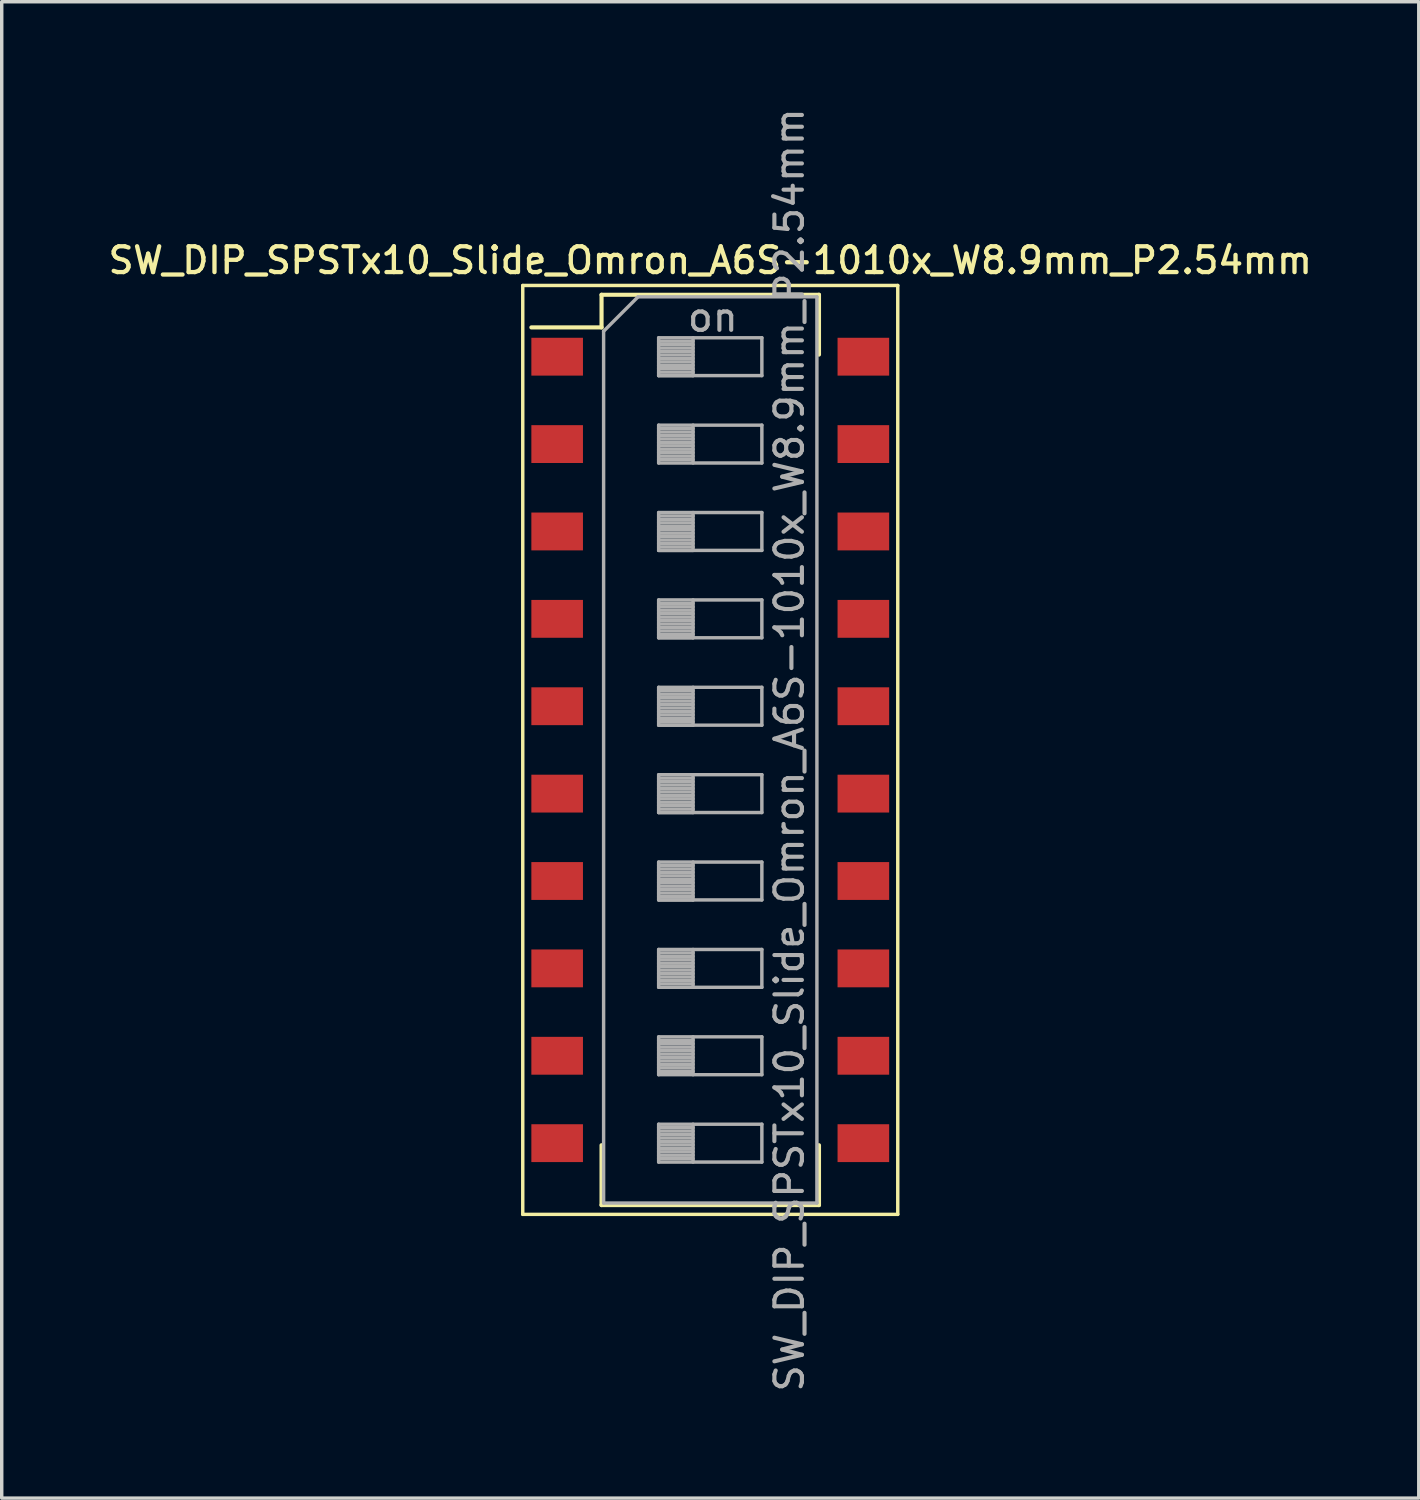
<source format=kicad_pcb>
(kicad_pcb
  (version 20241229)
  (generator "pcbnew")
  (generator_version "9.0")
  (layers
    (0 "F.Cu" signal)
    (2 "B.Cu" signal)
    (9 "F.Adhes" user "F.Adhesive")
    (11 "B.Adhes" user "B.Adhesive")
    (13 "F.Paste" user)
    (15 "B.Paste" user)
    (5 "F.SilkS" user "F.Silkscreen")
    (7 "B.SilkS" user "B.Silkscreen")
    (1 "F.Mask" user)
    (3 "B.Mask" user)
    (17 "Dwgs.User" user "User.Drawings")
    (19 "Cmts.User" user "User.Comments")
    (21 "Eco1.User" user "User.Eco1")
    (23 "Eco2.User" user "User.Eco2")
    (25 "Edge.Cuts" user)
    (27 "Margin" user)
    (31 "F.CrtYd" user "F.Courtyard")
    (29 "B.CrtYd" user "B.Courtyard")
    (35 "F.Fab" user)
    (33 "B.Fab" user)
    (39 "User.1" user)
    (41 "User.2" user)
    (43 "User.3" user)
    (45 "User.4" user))
  (footprint "SW_DIP_SPSTx10_Slide_Omron_A6S-1010x_W8.9mm_P2.54mm"
    (layer "F.Cu")
    (at 17.595 18.748)
    (property "Reference" "SW_DIP_SPSTx10_Slide_Omron_A6S-1010x_W8.9mm_P2.54mm" (at 0 -14.23 0) (layer "F.SilkS") (effects (font (size 0.75 0.75) (thickness 0.125))))
    (attr smd)
    (fp_line (start -5.45 -13.5) (end -5.45 13.5) (stroke (width 0.1) (type solid)) (layer "F.SilkS"))
    (fp_line (start -5.45 13.5) (end 5.45 13.5) (stroke (width 0.1) (type solid)) (layer "F.SilkS"))
    (fp_line (start -5.2 -12.281) (end -3.16 -12.281) (stroke (width 0.12) (type solid)) (layer "F.SilkS"))
    (fp_line (start -3.16 -13.23) (end -3.16 -12.281) (stroke (width 0.12) (type solid)) (layer "F.SilkS"))
    (fp_line (start -3.16 -13.23) (end 3.16 -13.23) (stroke (width 0.12) (type solid)) (layer "F.SilkS"))
    (fp_line (start -3.16 11.49) (end -3.16 13.23) (stroke (width 0.12) (type solid)) (layer "F.SilkS"))
    (fp_line (start -3.16 13.23) (end 3.16 13.23) (stroke (width 0.12) (type solid)) (layer "F.SilkS"))
    (fp_line (start 3.16 -13.23) (end 3.16 -11.491) (stroke (width 0.12) (type solid)) (layer "F.SilkS"))
    (fp_line (start 3.16 11.49) (end 3.16 13.23) (stroke (width 0.12) (type solid)) (layer "F.SilkS"))
    (fp_line (start 5.45 -13.5) (end -5.45 -13.5) (stroke (width 0.1) (type solid)) (layer "F.SilkS"))
    (fp_line (start 5.45 13.5) (end 5.45 -13.5) (stroke (width 0.1) (type solid)) (layer "F.SilkS"))
    (fp_line (start -3.1 -12.17) (end -2.1 -13.17) (stroke (width 0.1) (type solid)) (layer "F.Fab"))
    (fp_line (start -3.1 13.17) (end -3.1 -12.17) (stroke (width 0.1) (type solid)) (layer "F.Fab"))
    (fp_line (start -2.1 -13.17) (end 3.1 -13.17) (stroke (width 0.1) (type solid)) (layer "F.Fab"))
    (fp_line (start -1.5 -11.98) (end -1.5 -10.88) (stroke (width 0.1) (type solid)) (layer "F.Fab"))
    (fp_line (start -1.5 -11.88) (end -0.5 -11.88) (stroke (width 0.1) (type solid)) (layer "F.Fab"))
    (fp_line (start -1.5 -11.78) (end -0.5 -11.78) (stroke (width 0.1) (type solid)) (layer "F.Fab"))
    (fp_line (start -1.5 -11.68) (end -0.5 -11.68) (stroke (width 0.1) (type solid)) (layer "F.Fab"))
    (fp_line (start -1.5 -11.58) (end -0.5 -11.58) (stroke (width 0.1) (type solid)) (layer "F.Fab"))
    (fp_line (start -1.5 -11.48) (end -0.5 -11.48) (stroke (width 0.1) (type solid)) (layer "F.Fab"))
    (fp_line (start -1.5 -11.38) (end -0.5 -11.38) (stroke (width 0.1) (type solid)) (layer "F.Fab"))
    (fp_line (start -1.5 -11.28) (end -0.5 -11.28) (stroke (width 0.1) (type solid)) (layer "F.Fab"))
    (fp_line (start -1.5 -11.18) (end -0.5 -11.18) (stroke (width 0.1) (type solid)) (layer "F.Fab"))
    (fp_line (start -1.5 -11.08) (end -0.5 -11.08) (stroke (width 0.1) (type solid)) (layer "F.Fab"))
    (fp_line (start -1.5 -10.98) (end -0.5 -10.98) (stroke (width 0.1) (type solid)) (layer "F.Fab"))
    (fp_line (start -1.5 -10.88) (end -0.5 -10.88) (stroke (width 0.1) (type solid)) (layer "F.Fab"))
    (fp_line (start -1.5 -10.88) (end 1.5 -10.88) (stroke (width 0.1) (type solid)) (layer "F.Fab"))
    (fp_line (start -1.5 -9.44) (end -1.5 -8.34) (stroke (width 0.1) (type solid)) (layer "F.Fab"))
    (fp_line (start -1.5 -9.34) (end -0.5 -9.34) (stroke (width 0.1) (type solid)) (layer "F.Fab"))
    (fp_line (start -1.5 -9.24) (end -0.5 -9.24) (stroke (width 0.1) (type solid)) (layer "F.Fab"))
    (fp_line (start -1.5 -9.14) (end -0.5 -9.14) (stroke (width 0.1) (type solid)) (layer "F.Fab"))
    (fp_line (start -1.5 -9.04) (end -0.5 -9.04) (stroke (width 0.1) (type solid)) (layer "F.Fab"))
    (fp_line (start -1.5 -8.94) (end -0.5 -8.94) (stroke (width 0.1) (type solid)) (layer "F.Fab"))
    (fp_line (start -1.5 -8.84) (end -0.5 -8.84) (stroke (width 0.1) (type solid)) (layer "F.Fab"))
    (fp_line (start -1.5 -8.74) (end -0.5 -8.74) (stroke (width 0.1) (type solid)) (layer "F.Fab"))
    (fp_line (start -1.5 -8.64) (end -0.5 -8.64) (stroke (width 0.1) (type solid)) (layer "F.Fab"))
    (fp_line (start -1.5 -8.54) (end -0.5 -8.54) (stroke (width 0.1) (type solid)) (layer "F.Fab"))
    (fp_line (start -1.5 -8.44) (end -0.5 -8.44) (stroke (width 0.1) (type solid)) (layer "F.Fab"))
    (fp_line (start -1.5 -8.34) (end 1.5 -8.34) (stroke (width 0.1) (type solid)) (layer "F.Fab"))
    (fp_line (start -1.5 -6.9) (end -1.5 -5.8) (stroke (width 0.1) (type solid)) (layer "F.Fab"))
    (fp_line (start -1.5 -6.8) (end -0.5 -6.8) (stroke (width 0.1) (type solid)) (layer "F.Fab"))
    (fp_line (start -1.5 -6.7) (end -0.5 -6.7) (stroke (width 0.1) (type solid)) (layer "F.Fab"))
    (fp_line (start -1.5 -6.6) (end -0.5 -6.6) (stroke (width 0.1) (type solid)) (layer "F.Fab"))
    (fp_line (start -1.5 -6.5) (end -0.5 -6.5) (stroke (width 0.1) (type solid)) (layer "F.Fab"))
    (fp_line (start -1.5 -6.4) (end -0.5 -6.4) (stroke (width 0.1) (type solid)) (layer "F.Fab"))
    (fp_line (start -1.5 -6.3) (end -0.5 -6.3) (stroke (width 0.1) (type solid)) (layer "F.Fab"))
    (fp_line (start -1.5 -6.2) (end -0.5 -6.2) (stroke (width 0.1) (type solid)) (layer "F.Fab"))
    (fp_line (start -1.5 -6.1) (end -0.5 -6.1) (stroke (width 0.1) (type solid)) (layer "F.Fab"))
    (fp_line (start -1.5 -6) (end -0.5 -6) (stroke (width 0.1) (type solid)) (layer "F.Fab"))
    (fp_line (start -1.5 -5.9) (end -0.5 -5.9) (stroke (width 0.1) (type solid)) (layer "F.Fab"))
    (fp_line (start -1.5 -5.8) (end -0.5 -5.8) (stroke (width 0.1) (type solid)) (layer "F.Fab"))
    (fp_line (start -1.5 -5.8) (end 1.5 -5.8) (stroke (width 0.1) (type solid)) (layer "F.Fab"))
    (fp_line (start -1.5 -4.36) (end -1.5 -3.26) (stroke (width 0.1) (type solid)) (layer "F.Fab"))
    (fp_line (start -1.5 -4.26) (end -0.5 -4.26) (stroke (width 0.1) (type solid)) (layer "F.Fab"))
    (fp_line (start -1.5 -4.16) (end -0.5 -4.16) (stroke (width 0.1) (type solid)) (layer "F.Fab"))
    (fp_line (start -1.5 -4.06) (end -0.5 -4.06) (stroke (width 0.1) (type solid)) (layer "F.Fab"))
    (fp_line (start -1.5 -3.96) (end -0.5 -3.96) (stroke (width 0.1) (type solid)) (layer "F.Fab"))
    (fp_line (start -1.5 -3.86) (end -0.5 -3.86) (stroke (width 0.1) (type solid)) (layer "F.Fab"))
    (fp_line (start -1.5 -3.76) (end -0.5 -3.76) (stroke (width 0.1) (type solid)) (layer "F.Fab"))
    (fp_line (start -1.5 -3.66) (end -0.5 -3.66) (stroke (width 0.1) (type solid)) (layer "F.Fab"))
    (fp_line (start -1.5 -3.56) (end -0.5 -3.56) (stroke (width 0.1) (type solid)) (layer "F.Fab"))
    (fp_line (start -1.5 -3.46) (end -0.5 -3.46) (stroke (width 0.1) (type solid)) (layer "F.Fab"))
    (fp_line (start -1.5 -3.36) (end -0.5 -3.36) (stroke (width 0.1) (type solid)) (layer "F.Fab"))
    (fp_line (start -1.5 -3.26) (end -0.5 -3.26) (stroke (width 0.1) (type solid)) (layer "F.Fab"))
    (fp_line (start -1.5 -3.26) (end 1.5 -3.26) (stroke (width 0.1) (type solid)) (layer "F.Fab"))
    (fp_line (start -1.5 -1.82) (end -1.5 -0.72) (stroke (width 0.1) (type solid)) (layer "F.Fab"))
    (fp_line (start -1.5 -1.72) (end -0.5 -1.72) (stroke (width 0.1) (type solid)) (layer "F.Fab"))
    (fp_line (start -1.5 -1.62) (end -0.5 -1.62) (stroke (width 0.1) (type solid)) (layer "F.Fab"))
    (fp_line (start -1.5 -1.52) (end -0.5 -1.52) (stroke (width 0.1) (type solid)) (layer "F.Fab"))
    (fp_line (start -1.5 -1.42) (end -0.5 -1.42) (stroke (width 0.1) (type solid)) (layer "F.Fab"))
    (fp_line (start -1.5 -1.32) (end -0.5 -1.32) (stroke (width 0.1) (type solid)) (layer "F.Fab"))
    (fp_line (start -1.5 -1.22) (end -0.5 -1.22) (stroke (width 0.1) (type solid)) (layer "F.Fab"))
    (fp_line (start -1.5 -1.12) (end -0.5 -1.12) (stroke (width 0.1) (type solid)) (layer "F.Fab"))
    (fp_line (start -1.5 -1.02) (end -0.5 -1.02) (stroke (width 0.1) (type solid)) (layer "F.Fab"))
    (fp_line (start -1.5 -0.92) (end -0.5 -0.92) (stroke (width 0.1) (type solid)) (layer "F.Fab"))
    (fp_line (start -1.5 -0.82) (end -0.5 -0.82) (stroke (width 0.1) (type solid)) (layer "F.Fab"))
    (fp_line (start -1.5 -0.72) (end -0.5 -0.72) (stroke (width 0.1) (type solid)) (layer "F.Fab"))
    (fp_line (start -1.5 -0.72) (end 1.5 -0.72) (stroke (width 0.1) (type solid)) (layer "F.Fab"))
    (fp_line (start -1.5 0.72) (end -1.5 1.82) (stroke (width 0.1) (type solid)) (layer "F.Fab"))
    (fp_line (start -1.5 0.82) (end -0.5 0.82) (stroke (width 0.1) (type solid)) (layer "F.Fab"))
    (fp_line (start -1.5 0.92) (end -0.5 0.92) (stroke (width 0.1) (type solid)) (layer "F.Fab"))
    (fp_line (start -1.5 1.02) (end -0.5 1.02) (stroke (width 0.1) (type solid)) (layer "F.Fab"))
    (fp_line (start -1.5 1.12) (end -0.5 1.12) (stroke (width 0.1) (type solid)) (layer "F.Fab"))
    (fp_line (start -1.5 1.22) (end -0.5 1.22) (stroke (width 0.1) (type solid)) (layer "F.Fab"))
    (fp_line (start -1.5 1.32) (end -0.5 1.32) (stroke (width 0.1) (type solid)) (layer "F.Fab"))
    (fp_line (start -1.5 1.42) (end -0.5 1.42) (stroke (width 0.1) (type solid)) (layer "F.Fab"))
    (fp_line (start -1.5 1.52) (end -0.5 1.52) (stroke (width 0.1) (type solid)) (layer "F.Fab"))
    (fp_line (start -1.5 1.62) (end -0.5 1.62) (stroke (width 0.1) (type solid)) (layer "F.Fab"))
    (fp_line (start -1.5 1.72) (end -0.5 1.72) (stroke (width 0.1) (type solid)) (layer "F.Fab"))
    (fp_line (start -1.5 1.82) (end -0.5 1.82) (stroke (width 0.1) (type solid)) (layer "F.Fab"))
    (fp_line (start -1.5 1.82) (end 1.5 1.82) (stroke (width 0.1) (type solid)) (layer "F.Fab"))
    (fp_line (start -1.5 3.26) (end -1.5 4.36) (stroke (width 0.1) (type solid)) (layer "F.Fab"))
    (fp_line (start -1.5 3.36) (end -0.5 3.36) (stroke (width 0.1) (type solid)) (layer "F.Fab"))
    (fp_line (start -1.5 3.46) (end -0.5 3.46) (stroke (width 0.1) (type solid)) (layer "F.Fab"))
    (fp_line (start -1.5 3.56) (end -0.5 3.56) (stroke (width 0.1) (type solid)) (layer "F.Fab"))
    (fp_line (start -1.5 3.66) (end -0.5 3.66) (stroke (width 0.1) (type solid)) (layer "F.Fab"))
    (fp_line (start -1.5 3.76) (end -0.5 3.76) (stroke (width 0.1) (type solid)) (layer "F.Fab"))
    (fp_line (start -1.5 3.86) (end -0.5 3.86) (stroke (width 0.1) (type solid)) (layer "F.Fab"))
    (fp_line (start -1.5 3.96) (end -0.5 3.96) (stroke (width 0.1) (type solid)) (layer "F.Fab"))
    (fp_line (start -1.5 4.06) (end -0.5 4.06) (stroke (width 0.1) (type solid)) (layer "F.Fab"))
    (fp_line (start -1.5 4.16) (end -0.5 4.16) (stroke (width 0.1) (type solid)) (layer "F.Fab"))
    (fp_line (start -1.5 4.26) (end -0.5 4.26) (stroke (width 0.1) (type solid)) (layer "F.Fab"))
    (fp_line (start -1.5 4.36) (end -0.5 4.36) (stroke (width 0.1) (type solid)) (layer "F.Fab"))
    (fp_line (start -1.5 4.36) (end 1.5 4.36) (stroke (width 0.1) (type solid)) (layer "F.Fab"))
    (fp_line (start -1.5 5.8) (end -1.5 6.9) (stroke (width 0.1) (type solid)) (layer "F.Fab"))
    (fp_line (start -1.5 5.9) (end -0.5 5.9) (stroke (width 0.1) (type solid)) (layer "F.Fab"))
    (fp_line (start -1.5 6) (end -0.5 6) (stroke (width 0.1) (type solid)) (layer "F.Fab"))
    (fp_line (start -1.5 6.1) (end -0.5 6.1) (stroke (width 0.1) (type solid)) (layer "F.Fab"))
    (fp_line (start -1.5 6.2) (end -0.5 6.2) (stroke (width 0.1) (type solid)) (layer "F.Fab"))
    (fp_line (start -1.5 6.3) (end -0.5 6.3) (stroke (width 0.1) (type solid)) (layer "F.Fab"))
    (fp_line (start -1.5 6.4) (end -0.5 6.4) (stroke (width 0.1) (type solid)) (layer "F.Fab"))
    (fp_line (start -1.5 6.5) (end -0.5 6.5) (stroke (width 0.1) (type solid)) (layer "F.Fab"))
    (fp_line (start -1.5 6.6) (end -0.5 6.6) (stroke (width 0.1) (type solid)) (layer "F.Fab"))
    (fp_line (start -1.5 6.7) (end -0.5 6.7) (stroke (width 0.1) (type solid)) (layer "F.Fab"))
    (fp_line (start -1.5 6.8) (end -0.5 6.8) (stroke (width 0.1) (type solid)) (layer "F.Fab"))
    (fp_line (start -1.5 6.9) (end 1.5 6.9) (stroke (width 0.1) (type solid)) (layer "F.Fab"))
    (fp_line (start -1.5 8.34) (end -1.5 9.44) (stroke (width 0.1) (type solid)) (layer "F.Fab"))
    (fp_line (start -1.5 8.44) (end -0.5 8.44) (stroke (width 0.1) (type solid)) (layer "F.Fab"))
    (fp_line (start -1.5 8.54) (end -0.5 8.54) (stroke (width 0.1) (type solid)) (layer "F.Fab"))
    (fp_line (start -1.5 8.64) (end -0.5 8.64) (stroke (width 0.1) (type solid)) (layer "F.Fab"))
    (fp_line (start -1.5 8.74) (end -0.5 8.74) (stroke (width 0.1) (type solid)) (layer "F.Fab"))
    (fp_line (start -1.5 8.84) (end -0.5 8.84) (stroke (width 0.1) (type solid)) (layer "F.Fab"))
    (fp_line (start -1.5 8.94) (end -0.5 8.94) (stroke (width 0.1) (type solid)) (layer "F.Fab"))
    (fp_line (start -1.5 9.04) (end -0.5 9.04) (stroke (width 0.1) (type solid)) (layer "F.Fab"))
    (fp_line (start -1.5 9.14) (end -0.5 9.14) (stroke (width 0.1) (type solid)) (layer "F.Fab"))
    (fp_line (start -1.5 9.24) (end -0.5 9.24) (stroke (width 0.1) (type solid)) (layer "F.Fab"))
    (fp_line (start -1.5 9.34) (end -0.5 9.34) (stroke (width 0.1) (type solid)) (layer "F.Fab"))
    (fp_line (start -1.5 9.44) (end 1.5 9.44) (stroke (width 0.1) (type solid)) (layer "F.Fab"))
    (fp_line (start -1.5 10.88) (end -1.5 11.98) (stroke (width 0.1) (type solid)) (layer "F.Fab"))
    (fp_line (start -1.5 10.98) (end -0.5 10.98) (stroke (width 0.1) (type solid)) (layer "F.Fab"))
    (fp_line (start -1.5 11.08) (end -0.5 11.08) (stroke (width 0.1) (type solid)) (layer "F.Fab"))
    (fp_line (start -1.5 11.18) (end -0.5 11.18) (stroke (width 0.1) (type solid)) (layer "F.Fab"))
    (fp_line (start -1.5 11.28) (end -0.5 11.28) (stroke (width 0.1) (type solid)) (layer "F.Fab"))
    (fp_line (start -1.5 11.38) (end -0.5 11.38) (stroke (width 0.1) (type solid)) (layer "F.Fab"))
    (fp_line (start -1.5 11.48) (end -0.5 11.48) (stroke (width 0.1) (type solid)) (layer "F.Fab"))
    (fp_line (start -1.5 11.58) (end -0.5 11.58) (stroke (width 0.1) (type solid)) (layer "F.Fab"))
    (fp_line (start -1.5 11.68) (end -0.5 11.68) (stroke (width 0.1) (type solid)) (layer "F.Fab"))
    (fp_line (start -1.5 11.78) (end -0.5 11.78) (stroke (width 0.1) (type solid)) (layer "F.Fab"))
    (fp_line (start -1.5 11.88) (end -0.5 11.88) (stroke (width 0.1) (type solid)) (layer "F.Fab"))
    (fp_line (start -1.5 11.98) (end 1.5 11.98) (stroke (width 0.1) (type solid)) (layer "F.Fab"))
    (fp_line (start -0.5 -11.98) (end -0.5 -10.88) (stroke (width 0.1) (type solid)) (layer "F.Fab"))
    (fp_line (start -0.5 -9.44) (end -0.5 -8.34) (stroke (width 0.1) (type solid)) (layer "F.Fab"))
    (fp_line (start -0.5 -6.9) (end -0.5 -5.8) (stroke (width 0.1) (type solid)) (layer "F.Fab"))
    (fp_line (start -0.5 -4.36) (end -0.5 -3.26) (stroke (width 0.1) (type solid)) (layer "F.Fab"))
    (fp_line (start -0.5 -1.82) (end -0.5 -0.72) (stroke (width 0.1) (type solid)) (layer "F.Fab"))
    (fp_line (start -0.5 0.72) (end -0.5 1.82) (stroke (width 0.1) (type solid)) (layer "F.Fab"))
    (fp_line (start -0.5 3.26) (end -0.5 4.36) (stroke (width 0.1) (type solid)) (layer "F.Fab"))
    (fp_line (start -0.5 5.8) (end -0.5 6.9) (stroke (width 0.1) (type solid)) (layer "F.Fab"))
    (fp_line (start -0.5 8.34) (end -0.5 9.44) (stroke (width 0.1) (type solid)) (layer "F.Fab"))
    (fp_line (start -0.5 10.88) (end -0.5 11.98) (stroke (width 0.1) (type solid)) (layer "F.Fab"))
    (fp_line (start 1.5 -11.98) (end -1.5 -11.98) (stroke (width 0.1) (type solid)) (layer "F.Fab"))
    (fp_line (start 1.5 -10.88) (end 1.5 -11.98) (stroke (width 0.1) (type solid)) (layer "F.Fab"))
    (fp_line (start 1.5 -9.44) (end -1.5 -9.44) (stroke (width 0.1) (type solid)) (layer "F.Fab"))
    (fp_line (start 1.5 -8.34) (end 1.5 -9.44) (stroke (width 0.1) (type solid)) (layer "F.Fab"))
    (fp_line (start 1.5 -6.9) (end -1.5 -6.9) (stroke (width 0.1) (type solid)) (layer "F.Fab"))
    (fp_line (start 1.5 -5.8) (end 1.5 -6.9) (stroke (width 0.1) (type solid)) (layer "F.Fab"))
    (fp_line (start 1.5 -4.36) (end -1.5 -4.36) (stroke (width 0.1) (type solid)) (layer "F.Fab"))
    (fp_line (start 1.5 -3.26) (end 1.5 -4.36) (stroke (width 0.1) (type solid)) (layer "F.Fab"))
    (fp_line (start 1.5 -1.82) (end -1.5 -1.82) (stroke (width 0.1) (type solid)) (layer "F.Fab"))
    (fp_line (start 1.5 -0.72) (end 1.5 -1.82) (stroke (width 0.1) (type solid)) (layer "F.Fab"))
    (fp_line (start 1.5 0.72) (end -1.5 0.72) (stroke (width 0.1) (type solid)) (layer "F.Fab"))
    (fp_line (start 1.5 1.82) (end 1.5 0.72) (stroke (width 0.1) (type solid)) (layer "F.Fab"))
    (fp_line (start 1.5 3.26) (end -1.5 3.26) (stroke (width 0.1) (type solid)) (layer "F.Fab"))
    (fp_line (start 1.5 4.36) (end 1.5 3.26) (stroke (width 0.1) (type solid)) (layer "F.Fab"))
    (fp_line (start 1.5 5.8) (end -1.5 5.8) (stroke (width 0.1) (type solid)) (layer "F.Fab"))
    (fp_line (start 1.5 6.9) (end 1.5 5.8) (stroke (width 0.1) (type solid)) (layer "F.Fab"))
    (fp_line (start 1.5 8.34) (end -1.5 8.34) (stroke (width 0.1) (type solid)) (layer "F.Fab"))
    (fp_line (start 1.5 9.44) (end 1.5 8.34) (stroke (width 0.1) (type solid)) (layer "F.Fab"))
    (fp_line (start 1.5 10.88) (end -1.5 10.88) (stroke (width 0.1) (type solid)) (layer "F.Fab"))
    (fp_line (start 1.5 11.98) (end 1.5 10.88) (stroke (width 0.1) (type solid)) (layer "F.Fab"))
    (fp_line (start 3.1 -13.17) (end 3.1 13.17) (stroke (width 0.1) (type solid)) (layer "F.Fab"))
    (fp_line (start 3.1 13.17) (end -3.1 13.17) (stroke (width 0.1) (type solid)) (layer "F.Fab"))
    (fp_text user "${REFERENCE}" (at 2.3 0 90) (layer "F.Fab") (effects (font (size 0.8 0.8) (thickness 0.12))))
    (fp_text user "on" (at 0.075 -12.575 0) (layer "F.Fab") (effects (font (size 0.8 0.8) (thickness 0.12))))
    (pad "1" smd rect (at -4.45 -11.43) (size 1.5 1.1) (layers "F.Cu" "F.Mask" "F.Paste"))
    (pad "2" smd rect (at -4.45 -8.89) (size 1.5 1.1) (layers "F.Cu" "F.Mask" "F.Paste"))
    (pad "3" smd rect (at -4.45 -6.35) (size 1.5 1.1) (layers "F.Cu" "F.Mask" "F.Paste"))
    (pad "4" smd rect (at -4.45 -3.81) (size 1.5 1.1) (layers "F.Cu" "F.Mask" "F.Paste"))
    (pad "5" smd rect (at -4.45 -1.27) (size 1.5 1.1) (layers "F.Cu" "F.Mask" "F.Paste"))
    (pad "6" smd rect (at -4.45 1.27) (size 1.5 1.1) (layers "F.Cu" "F.Mask" "F.Paste"))
    (pad "7" smd rect (at -4.45 3.81) (size 1.5 1.1) (layers "F.Cu" "F.Mask" "F.Paste"))
    (pad "8" smd rect (at -4.45 6.35) (size 1.5 1.1) (layers "F.Cu" "F.Mask" "F.Paste"))
    (pad "9" smd rect (at -4.45 8.89) (size 1.5 1.1) (layers "F.Cu" "F.Mask" "F.Paste"))
    (pad "10" smd rect (at -4.45 11.43) (size 1.5 1.1) (layers "F.Cu" "F.Mask" "F.Paste"))
    (pad "11" smd rect (at 4.45 11.43) (size 1.5 1.1) (layers "F.Cu" "F.Mask" "F.Paste"))
    (pad "12" smd rect (at 4.45 8.89) (size 1.5 1.1) (layers "F.Cu" "F.Mask" "F.Paste"))
    (pad "13" smd rect (at 4.45 6.35) (size 1.5 1.1) (layers "F.Cu" "F.Mask" "F.Paste"))
    (pad "14" smd rect (at 4.45 3.81) (size 1.5 1.1) (layers "F.Cu" "F.Mask" "F.Paste"))
    (pad "15" smd rect (at 4.45 1.27) (size 1.5 1.1) (layers "F.Cu" "F.Mask" "F.Paste"))
    (pad "16" smd rect (at 4.45 -1.27) (size 1.5 1.1) (layers "F.Cu" "F.Mask" "F.Paste"))
    (pad "17" smd rect (at 4.45 -3.81) (size 1.5 1.1) (layers "F.Cu" "F.Mask" "F.Paste"))
    (pad "18" smd rect (at 4.45 -6.35) (size 1.5 1.1) (layers "F.Cu" "F.Mask" "F.Paste"))
    (pad "19" smd rect (at 4.45 -8.89) (size 1.5 1.1) (layers "F.Cu" "F.Mask" "F.Paste"))
    (pad "20" smd rect (at 4.45 -11.43) (size 1.5 1.1) (layers "F.Cu" "F.Mask" "F.Paste")))
  (gr_rect
    (start -3 -3)
    (end 38.189 40.495)
    (stroke (width 0.1) (type default))
    (fill no)
    (layer "Edge.Cuts")))
</source>
